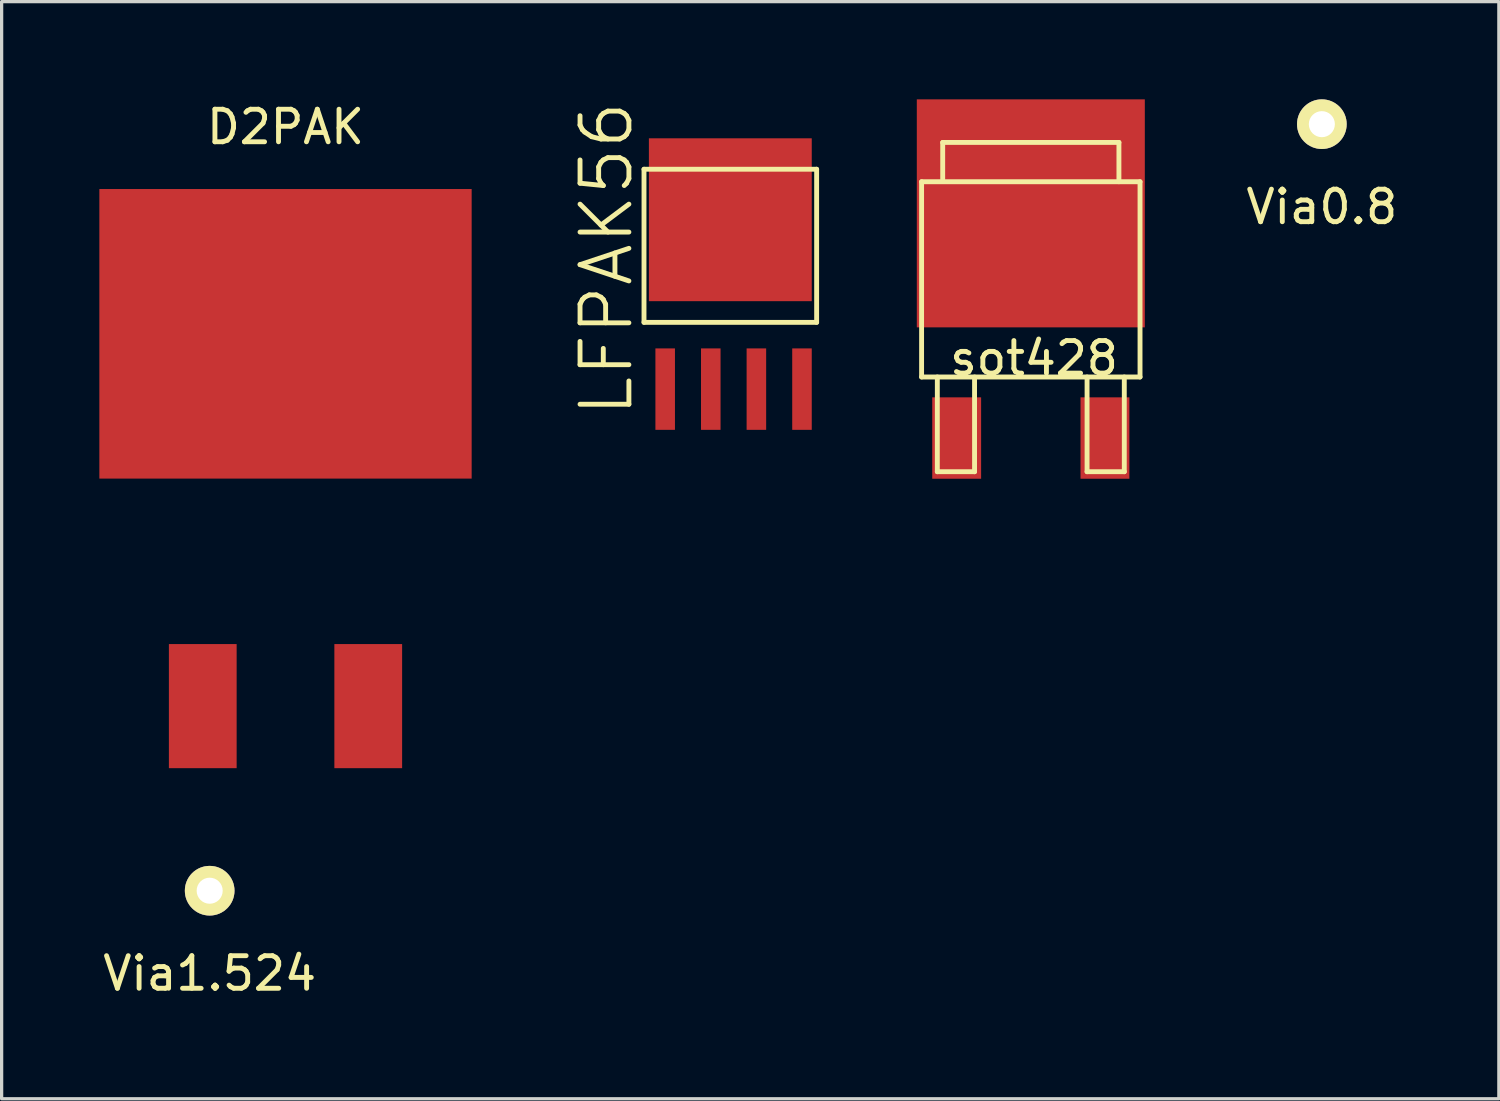
<source format=kicad_pcb>
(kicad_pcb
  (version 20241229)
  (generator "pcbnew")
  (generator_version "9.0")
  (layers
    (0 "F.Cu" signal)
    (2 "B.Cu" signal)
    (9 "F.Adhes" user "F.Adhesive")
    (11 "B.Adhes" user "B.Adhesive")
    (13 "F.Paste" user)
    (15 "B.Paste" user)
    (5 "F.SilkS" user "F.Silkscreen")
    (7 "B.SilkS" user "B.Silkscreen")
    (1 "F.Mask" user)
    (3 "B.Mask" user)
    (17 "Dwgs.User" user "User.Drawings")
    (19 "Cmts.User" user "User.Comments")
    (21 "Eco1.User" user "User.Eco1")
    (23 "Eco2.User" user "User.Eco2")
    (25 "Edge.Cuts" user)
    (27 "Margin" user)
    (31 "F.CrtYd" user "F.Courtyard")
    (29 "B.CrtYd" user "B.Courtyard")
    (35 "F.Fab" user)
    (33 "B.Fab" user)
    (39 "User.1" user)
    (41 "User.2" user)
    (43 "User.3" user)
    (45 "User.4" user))
  (footprint "Via0.8"
    (layer "F.Cu")
    (at 37.531 0.762)
    (property "Reference" "Via0.8" (at 0 2.54 0) (layer "F.SilkS") (effects (font (size 1 1) (thickness 0.15))))
    (attr through_hole)
    (pad "1" thru_hole circle (at 0 0) (size 1.524 1.524) (drill 0.8) (layers "*.Cu" "*.Mask" "F.SilkS")))
  (footprint "D2PAK"
    (layer "F.Cu")
    (at 5.715 16.723)
    (property "Reference" "D2PAK" (at 0 -15.875 180) (layer "F.SilkS") (effects (font (size 1 1) (thickness 0.15))))
    (attr through_hole)
    (pad "1" smd rect (at -2.54 1.905) (size 2.08 3.81) (layers "F.Cu" "F.Mask" "F.Paste"))
    (pad "2" smd rect (at 0 -9.525) (size 11.43 8.89) (layers "F.Cu" "F.Mask" "F.Paste"))
    (pad "3" smd rect (at 2.54 1.905) (size 2.08 3.81) (layers "F.Cu" "F.Mask" "F.Paste")))
  (footprint "Via1.524"
    (layer "F.Cu")
    (at 3.387 24.295)
    (property "Reference" "Via1.524" (at 0 2.54 0) (layer "F.SilkS") (effects (font (size 1 1) (thickness 0.15))))
    (attr through_hole)
    (pad "1" thru_hole circle (at 0 0) (size 1.524 1.524) (drill 0.8) (layers "*.Cu" "*.Mask" "F.SilkS")))
  (footprint "LFPAK56"
    (layer "F.Cu")
    (at 19.371 4.496)
    (property "Reference" "LFPAK56" (at -3.8 0.4 90) (layer "F.SilkS") (effects (font (size 1.5 1.5) (thickness 0.15))))
    (attr through_hole)
    (fp_line (start -2.65 -2.35) (end 2.65 -2.35) (stroke (width 0.15) (type solid)) (layer "F.SilkS"))
    (fp_line (start -2.65 2.35) (end -2.65 -2.35) (stroke (width 0.15) (type solid)) (layer "F.SilkS"))
    (fp_line (start 2.65 -2.35) (end 2.65 2.35) (stroke (width 0.15) (type solid)) (layer "F.SilkS"))
    (fp_line (start 2.65 2.35) (end -2.65 2.35) (stroke (width 0.15) (type solid)) (layer "F.SilkS"))
    (pad "D" smd rect (at 0 -0.8) (size 5 5) (layers "F.Cu" "F.Mask" "F.Paste"))
    (pad "G" smd rect (at 2.2 4.4) (size 0.6 2.5) (layers "F.Cu" "F.Mask" "F.Paste"))
    (pad "S" smd rect (at -2 4.4) (size 0.6 2.5) (layers "F.Cu" "F.Mask" "F.Paste"))
    (pad "S" smd rect (at -0.6 4.4) (size 0.6 2.5) (layers "F.Cu" "F.Mask" "F.Paste"))
    (pad "S" smd rect (at 0.8 4.4) (size 0.6 2.5) (layers "F.Cu" "F.Mask" "F.Paste")))
  (footprint "sot428"
    (layer "F.Cu")
    (at 28.596 6.949)
    (property "Reference" "sot428" (at 0.099 1.001 0) (layer "F.SilkS") (effects (font (size 1 1) (thickness 0.15))))
    (attr smd)
    (fp_line (start -3.353 -4.42) (end -3.353 1.575) (stroke (width 0.15) (type solid)) (layer "F.SilkS"))
    (fp_line (start -2.87 1.575) (end -2.87 4.483) (stroke (width 0.15) (type solid)) (layer "F.SilkS"))
    (fp_line (start -2.87 4.483) (end -1.727 4.483) (stroke (width 0.15) (type solid)) (layer "F.SilkS"))
    (fp_line (start -2.705 -5.626) (end 2.705 -5.626) (stroke (width 0.15) (type solid)) (layer "F.SilkS"))
    (fp_line (start -2.705 -4.432) (end -2.705 -5.626) (stroke (width 0.15) (type solid)) (layer "F.SilkS"))
    (fp_line (start -1.727 4.483) (end -1.727 1.575) (stroke (width 0.15) (type solid)) (layer "F.SilkS"))
    (fp_line (start 1.727 1.575) (end 1.727 4.483) (stroke (width 0.15) (type solid)) (layer "F.SilkS"))
    (fp_line (start 1.727 4.483) (end 2.87 4.483) (stroke (width 0.15) (type solid)) (layer "F.SilkS"))
    (fp_line (start 2.705 -5.626) (end 2.705 -4.42) (stroke (width 0.15) (type solid)) (layer "F.SilkS"))
    (fp_line (start 2.87 4.483) (end 2.87 1.575) (stroke (width 0.15) (type solid)) (layer "F.SilkS"))
    (fp_line (start 3.353 -4.42) (end -3.353 -4.42) (stroke (width 0.15) (type solid)) (layer "F.SilkS"))
    (fp_line (start 3.353 1.575) (end -3.353 1.575) (stroke (width 0.15) (type solid)) (layer "F.SilkS"))
    (fp_line (start 3.353 1.575) (end 3.353 -4.42) (stroke (width 0.15) (type solid)) (layer "F.SilkS"))
    (pad "A" smd rect (at 0 -3.449) (size 7 7) (layers "F.Cu" "F.Mask" "F.Paste"))
    (pad "G" smd rect (at 2.276 3.449) (size 1.501 2.499) (layers "F.Cu" "F.Mask" "F.Paste"))
    (pad "K" smd rect (at -2.276 3.449) (size 1.501 2.499) (layers "F.Cu" "F.Mask" "F.Paste")))
  (gr_rect
    (start -3 -3)
    (end 42.965 30.683)
    (stroke (width 0.1) (type default))
    (fill no)
    (layer "Edge.Cuts")))
</source>
